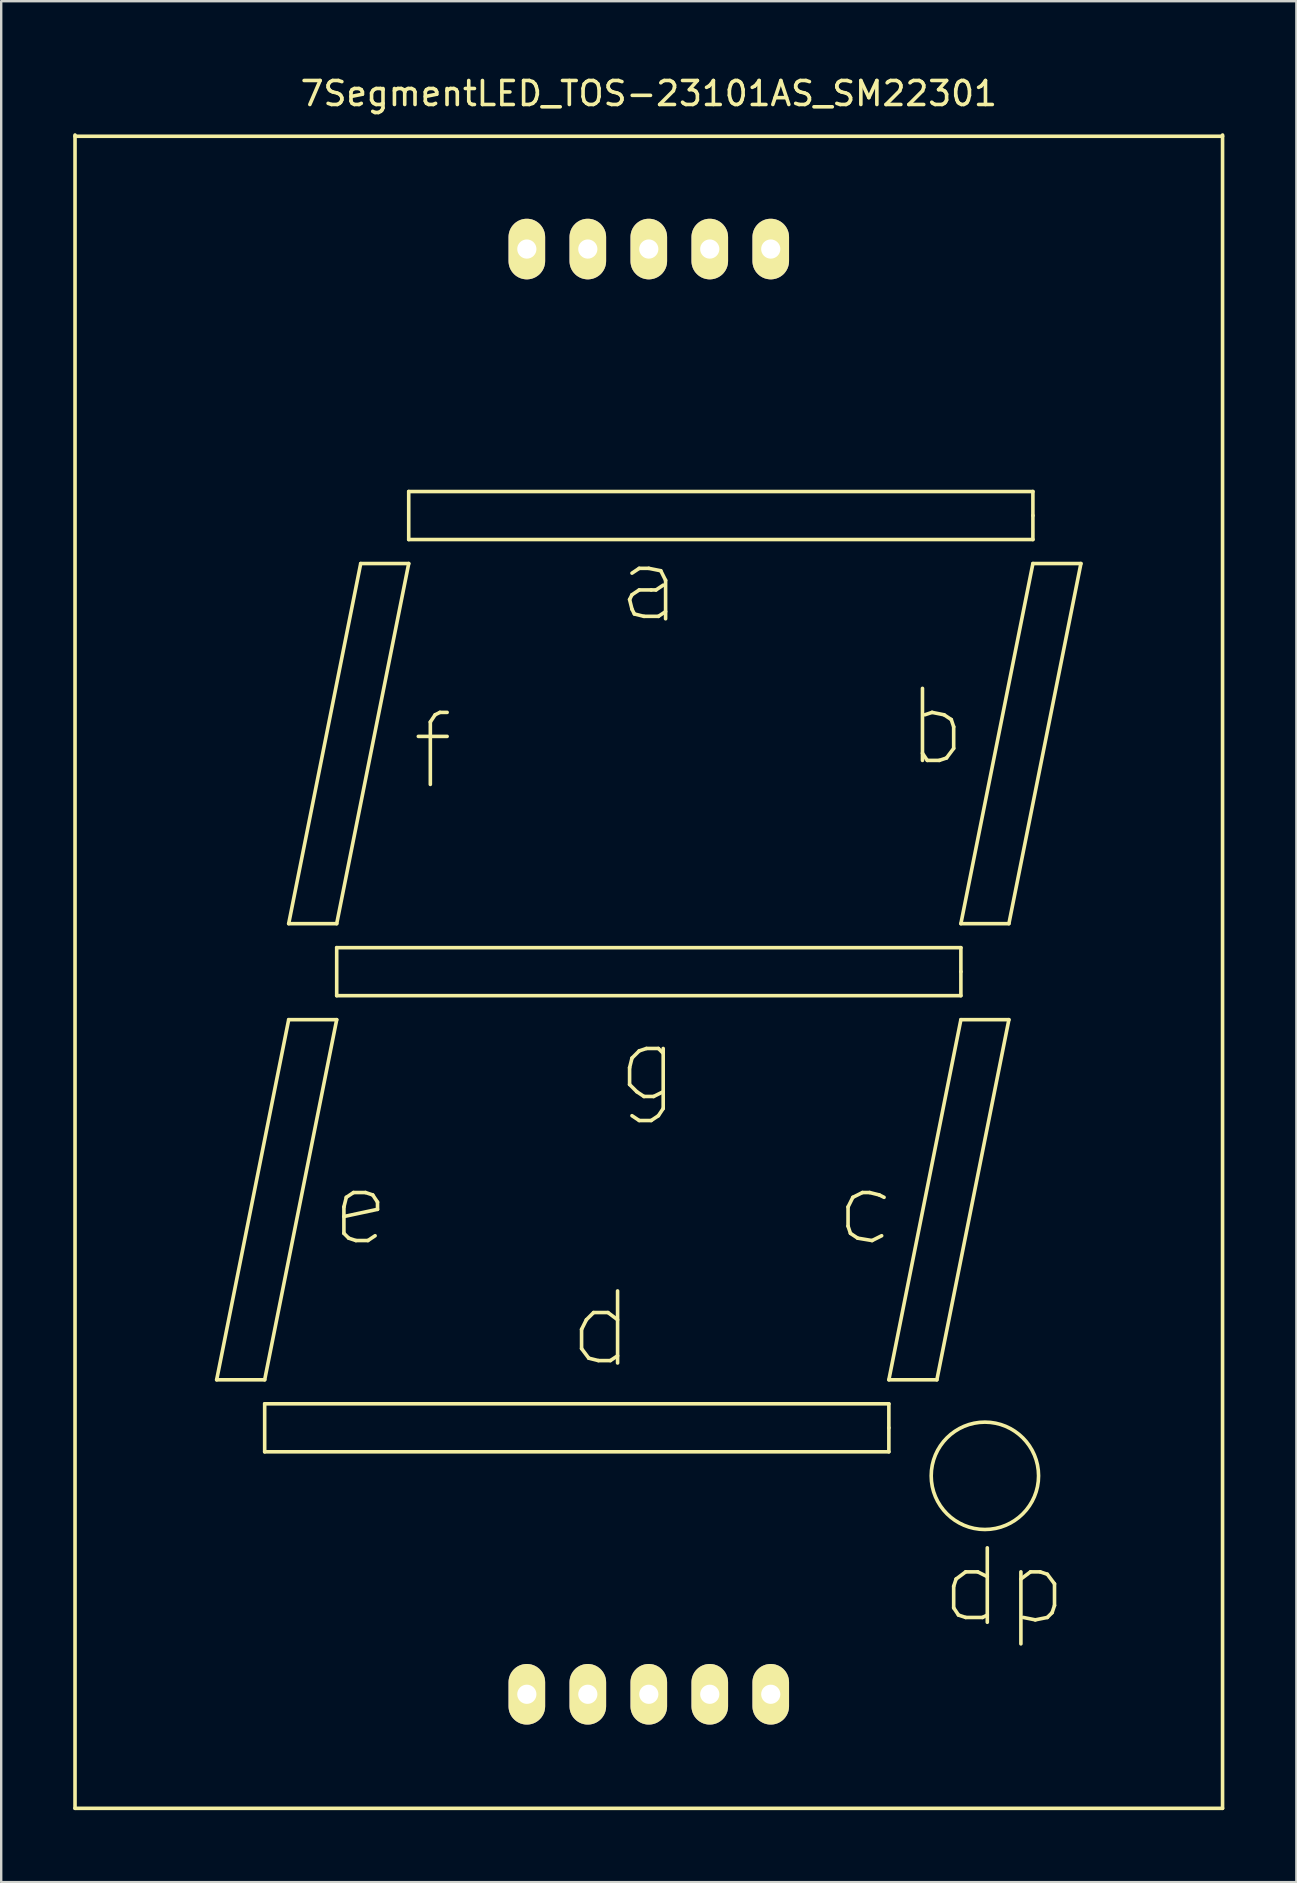
<source format=kicad_pcb>
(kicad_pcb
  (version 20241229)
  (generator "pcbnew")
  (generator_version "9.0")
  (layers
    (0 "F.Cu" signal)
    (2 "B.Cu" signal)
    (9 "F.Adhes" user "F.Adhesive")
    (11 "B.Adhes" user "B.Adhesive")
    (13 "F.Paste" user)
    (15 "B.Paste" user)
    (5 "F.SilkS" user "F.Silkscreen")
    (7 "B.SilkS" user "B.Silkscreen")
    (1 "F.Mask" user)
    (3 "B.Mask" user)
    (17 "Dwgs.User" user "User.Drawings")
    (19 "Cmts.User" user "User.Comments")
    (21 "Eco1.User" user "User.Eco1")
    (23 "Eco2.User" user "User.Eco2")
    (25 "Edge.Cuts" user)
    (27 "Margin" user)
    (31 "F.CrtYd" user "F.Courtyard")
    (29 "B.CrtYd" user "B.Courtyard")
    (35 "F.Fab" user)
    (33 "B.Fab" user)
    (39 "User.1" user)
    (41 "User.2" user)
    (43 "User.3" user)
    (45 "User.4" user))
  (footprint "7SegmentLED_TOS-23101AS_SM22301"
    (layer "F.Cu")
    (at 23.975 37.424)
    (property "Reference" "7SegmentLED_TOS-23101AS_SM22301" (at 0 -36.576 0) (layer "F.SilkS") (effects (font (size 1 1) (thickness 0.15))))
    (attr through_hole)
    (fp_line (start -23.9 -34.798) (end 23.9 -34.798) (stroke (width 0.15) (type solid)) (layer "F.SilkS"))
    (fp_line (start -23.9 34.85) (end -23.9 -34.85) (stroke (width 0.15) (type solid)) (layer "F.SilkS"))
    (fp_line (start -18 17) (end -16 17) (stroke (width 0.15) (type solid)) (layer "F.SilkS"))
    (fp_line (start -16 17) (end -13 2) (stroke (width 0.15) (type solid)) (layer "F.SilkS"))
    (fp_line (start -16 18) (end -16 20) (stroke (width 0.15) (type solid)) (layer "F.SilkS"))
    (fp_line (start -16 20) (end 10 20) (stroke (width 0.15) (type solid)) (layer "F.SilkS"))
    (fp_line (start -15 -2) (end -13 -2) (stroke (width 0.15) (type solid)) (layer "F.SilkS"))
    (fp_line (start -15 2) (end -18 17) (stroke (width 0.15) (type solid)) (layer "F.SilkS"))
    (fp_line (start -13 -2) (end -10 -17) (stroke (width 0.15) (type solid)) (layer "F.SilkS"))
    (fp_line (start -13 -1) (end -13 1) (stroke (width 0.15) (type solid)) (layer "F.SilkS"))
    (fp_line (start -13 1) (end 13 1) (stroke (width 0.15) (type solid)) (layer "F.SilkS"))
    (fp_line (start -13 2) (end -15 2) (stroke (width 0.15) (type solid)) (layer "F.SilkS"))
    (fp_line (start -12.7 9.8) (end -12.6 9.4) (stroke (width 0.15) (type solid)) (layer "F.SilkS"))
    (fp_line (start -12.7 10.9) (end -12.7 9.8) (stroke (width 0.15) (type solid)) (layer "F.SilkS"))
    (fp_line (start -12.6 9.4) (end -12.3 9.2) (stroke (width 0.15) (type solid)) (layer "F.SilkS"))
    (fp_line (start -12.5 11.1) (end -12.7 10.9) (stroke (width 0.15) (type solid)) (layer "F.SilkS"))
    (fp_line (start -12.3 9.2) (end -11.8 9.2) (stroke (width 0.15) (type solid)) (layer "F.SilkS"))
    (fp_line (start -12.2 11.2) (end -12.5 11.1) (stroke (width 0.15) (type solid)) (layer "F.SilkS"))
    (fp_line (start -12 -17) (end -15 -2) (stroke (width 0.15) (type solid)) (layer "F.SilkS"))
    (fp_line (start -11.8 9.2) (end -11.5 9.3) (stroke (width 0.15) (type solid)) (layer "F.SilkS"))
    (fp_line (start -11.7 11.2) (end -12.2 11.2) (stroke (width 0.15) (type solid)) (layer "F.SilkS"))
    (fp_line (start -11.5 9.3) (end -11.3 9.6) (stroke (width 0.15) (type solid)) (layer "F.SilkS"))
    (fp_line (start -11.4 11) (end -11.7 11.2) (stroke (width 0.15) (type solid)) (layer "F.SilkS"))
    (fp_line (start -11.3 9.6) (end -11.3 9.9) (stroke (width 0.15) (type solid)) (layer "F.SilkS"))
    (fp_line (start -11.3 9.9) (end -12.7 10.2) (stroke (width 0.15) (type solid)) (layer "F.SilkS"))
    (fp_line (start -10 -20) (end -10 -18) (stroke (width 0.15) (type solid)) (layer "F.SilkS"))
    (fp_line (start -10 -18) (end 16 -18) (stroke (width 0.15) (type solid)) (layer "F.SilkS"))
    (fp_line (start -10 -17) (end -12 -17) (stroke (width 0.15) (type solid)) (layer "F.SilkS"))
    (fp_line (start -9.6 -9.8) (end -8.4 -9.8) (stroke (width 0.15) (type solid)) (layer "F.SilkS"))
    (fp_line (start -9.1 -10.4) (end -9.1 -7.8) (stroke (width 0.15) (type solid)) (layer "F.SilkS"))
    (fp_line (start -8.9 -10.7) (end -9.1 -10.4) (stroke (width 0.15) (type solid)) (layer "F.SilkS"))
    (fp_line (start -8.7 -10.8) (end -8.9 -10.7) (stroke (width 0.15) (type solid)) (layer "F.SilkS"))
    (fp_line (start -8.4 -10.8) (end -8.7 -10.8) (stroke (width 0.15) (type solid)) (layer "F.SilkS"))
    (fp_line (start -2.8 14.9) (end -2.6 14.5) (stroke (width 0.15) (type solid)) (layer "F.SilkS"))
    (fp_line (start -2.8 15.7) (end -2.8 14.9) (stroke (width 0.15) (type solid)) (layer "F.SilkS"))
    (fp_line (start -2.6 14.5) (end -2.3 14.2) (stroke (width 0.15) (type solid)) (layer "F.SilkS"))
    (fp_line (start -2.5 16.1) (end -2.8 15.7) (stroke (width 0.15) (type solid)) (layer "F.SilkS"))
    (fp_line (start -2.3 14.2) (end -1.7 14.2) (stroke (width 0.15) (type solid)) (layer "F.SilkS"))
    (fp_line (start -2.1 16.2) (end -2.5 16.1) (stroke (width 0.15) (type solid)) (layer "F.SilkS"))
    (fp_line (start -1.7 14.2) (end -1.3 14.5) (stroke (width 0.15) (type solid)) (layer "F.SilkS"))
    (fp_line (start -1.6 16.2) (end -2.1 16.2) (stroke (width 0.15) (type solid)) (layer "F.SilkS"))
    (fp_line (start -1.3 13.3) (end -1.3 16.3) (stroke (width 0.15) (type solid)) (layer "F.SilkS"))
    (fp_line (start -1.3 16) (end -1.6 16.2) (stroke (width 0.15) (type solid)) (layer "F.SilkS"))
    (fp_line (start -0.8 -15.5) (end -0.7 -15.7) (stroke (width 0.15) (type solid)) (layer "F.SilkS"))
    (fp_line (start -0.8 4) (end -0.8 4.7) (stroke (width 0.15) (type solid)) (layer "F.SilkS"))
    (fp_line (start -0.8 4.7) (end -0.5 5) (stroke (width 0.15) (type solid)) (layer "F.SilkS"))
    (fp_line (start -0.7 -16.6) (end -0.4 -16.8) (stroke (width 0.15) (type solid)) (layer "F.SilkS"))
    (fp_line (start -0.7 -15.7) (end -0.4 -15.9) (stroke (width 0.15) (type solid)) (layer "F.SilkS"))
    (fp_line (start -0.7 -15.1) (end -0.8 -15.5) (stroke (width 0.15) (type solid)) (layer "F.SilkS"))
    (fp_line (start -0.7 3.6) (end -0.8 4) (stroke (width 0.15) (type solid)) (layer "F.SilkS"))
    (fp_line (start -0.7 6) (end -0.4 6.2) (stroke (width 0.15) (type solid)) (layer "F.SilkS"))
    (fp_line (start -0.6 -14.9) (end -0.7 -15.1) (stroke (width 0.15) (type solid)) (layer "F.SilkS"))
    (fp_line (start -0.5 5) (end -0.2 5.2) (stroke (width 0.15) (type solid)) (layer "F.SilkS"))
    (fp_line (start -0.4 -16.8) (end 0 -16.8) (stroke (width 0.15) (type solid)) (layer "F.SilkS"))
    (fp_line (start -0.4 -15.9) (end 0.1 -15.9) (stroke (width 0.15) (type solid)) (layer "F.SilkS"))
    (fp_line (start -0.4 3.3) (end -0.7 3.6) (stroke (width 0.15) (type solid)) (layer "F.SilkS"))
    (fp_line (start -0.4 6.2) (end 0.1 6.2) (stroke (width 0.15) (type solid)) (layer "F.SilkS"))
    (fp_line (start -0.2 -14.8) (end -0.6 -14.9) (stroke (width 0.15) (type solid)) (layer "F.SilkS"))
    (fp_line (start -0.2 5.2) (end 0.2 5.2) (stroke (width 0.15) (type solid)) (layer "F.SilkS"))
    (fp_line (start -0.1 3.2) (end -0.4 3.3) (stroke (width 0.15) (type solid)) (layer "F.SilkS"))
    (fp_line (start 0 -16.8) (end 0.5 -16.7) (stroke (width 0.15) (type solid)) (layer "F.SilkS"))
    (fp_line (start 0.1 -15.9) (end 0.3 -15.9) (stroke (width 0.15) (type solid)) (layer "F.SilkS"))
    (fp_line (start 0.1 6.2) (end 0.4 6) (stroke (width 0.15) (type solid)) (layer "F.SilkS"))
    (fp_line (start 0.2 5.2) (end 0.6 5) (stroke (width 0.15) (type solid)) (layer "F.SilkS"))
    (fp_line (start 0.3 -15.9) (end 0.6 -16.1) (stroke (width 0.15) (type solid)) (layer "F.SilkS"))
    (fp_line (start 0.4 -14.8) (end -0.2 -14.8) (stroke (width 0.15) (type solid)) (layer "F.SilkS"))
    (fp_line (start 0.4 3.2) (end -0.1 3.2) (stroke (width 0.15) (type solid)) (layer "F.SilkS"))
    (fp_line (start 0.4 6) (end 0.6 5.7) (stroke (width 0.15) (type solid)) (layer "F.SilkS"))
    (fp_line (start 0.5 -16.7) (end 0.7 -16.3) (stroke (width 0.15) (type solid)) (layer "F.SilkS"))
    (fp_line (start 0.6 3.4) (end 0.4 3.2) (stroke (width 0.15) (type solid)) (layer "F.SilkS"))
    (fp_line (start 0.6 5.7) (end 0.6 3.2) (stroke (width 0.15) (type solid)) (layer "F.SilkS"))
    (fp_line (start 0.7 -16.3) (end 0.7 -14.7) (stroke (width 0.15) (type solid)) (layer "F.SilkS"))
    (fp_line (start 0.7 -15) (end 0.4 -14.8) (stroke (width 0.15) (type solid)) (layer "F.SilkS"))
    (fp_line (start 8.3 9.8) (end 8.3 10.6) (stroke (width 0.15) (type solid)) (layer "F.SilkS"))
    (fp_line (start 8.3 10.6) (end 8.4 10.9) (stroke (width 0.15) (type solid)) (layer "F.SilkS"))
    (fp_line (start 8.4 10.9) (end 8.7 11.1) (stroke (width 0.15) (type solid)) (layer "F.SilkS"))
    (fp_line (start 8.5 9.4) (end 8.3 9.8) (stroke (width 0.15) (type solid)) (layer "F.SilkS"))
    (fp_line (start 8.7 11.1) (end 9.3 11.2) (stroke (width 0.15) (type solid)) (layer "F.SilkS"))
    (fp_line (start 8.9 9.2) (end 8.5 9.4) (stroke (width 0.15) (type solid)) (layer "F.SilkS"))
    (fp_line (start 9.2 9.2) (end 8.9 9.2) (stroke (width 0.15) (type solid)) (layer "F.SilkS"))
    (fp_line (start 9.3 11.2) (end 9.7 11) (stroke (width 0.15) (type solid)) (layer "F.SilkS"))
    (fp_line (start 9.6 9.3) (end 9.2 9.2) (stroke (width 0.15) (type solid)) (layer "F.SilkS"))
    (fp_line (start 9.8 9.4) (end 9.6 9.3) (stroke (width 0.15) (type solid)) (layer "F.SilkS"))
    (fp_line (start 10 17) (end 12 17) (stroke (width 0.15) (type solid)) (layer "F.SilkS"))
    (fp_line (start 10 18) (end -16 18) (stroke (width 0.15) (type solid)) (layer "F.SilkS"))
    (fp_line (start 10 19) (end 10 18) (stroke (width 0.15) (type solid)) (layer "F.SilkS"))
    (fp_line (start 10 20) (end 10 19) (stroke (width 0.15) (type solid)) (layer "F.SilkS"))
    (fp_line (start 11.4 -11.8) (end 11.4 -8.8) (stroke (width 0.15) (type solid)) (layer "F.SilkS"))
    (fp_line (start 11.4 -9.1) (end 11.6 -8.8) (stroke (width 0.15) (type solid)) (layer "F.SilkS"))
    (fp_line (start 11.6 -8.8) (end 12.1 -8.8) (stroke (width 0.15) (type solid)) (layer "F.SilkS"))
    (fp_line (start 11.8 -10.8) (end 11.5 -10.7) (stroke (width 0.15) (type solid)) (layer "F.SilkS"))
    (fp_line (start 12 17) (end 15 2) (stroke (width 0.15) (type solid)) (layer "F.SilkS"))
    (fp_line (start 12.1 -8.8) (end 12.4 -8.9) (stroke (width 0.15) (type solid)) (layer "F.SilkS"))
    (fp_line (start 12.3 -10.7) (end 11.8 -10.8) (stroke (width 0.15) (type solid)) (layer "F.SilkS"))
    (fp_line (start 12.4 -8.9) (end 12.7 -9.3) (stroke (width 0.15) (type solid)) (layer "F.SilkS"))
    (fp_line (start 12.6 -10.5) (end 12.3 -10.7) (stroke (width 0.15) (type solid)) (layer "F.SilkS"))
    (fp_line (start 12.7 -10.2) (end 12.6 -10.5) (stroke (width 0.15) (type solid)) (layer "F.SilkS"))
    (fp_line (start 12.7 -9.3) (end 12.7 -10.2) (stroke (width 0.15) (type solid)) (layer "F.SilkS"))
    (fp_line (start 12.7 25.6) (end 12.8 25.3) (stroke (width 0.15) (type solid)) (layer "F.SilkS"))
    (fp_line (start 12.7 26.5) (end 12.7 25.6) (stroke (width 0.15) (type solid)) (layer "F.SilkS"))
    (fp_line (start 12.8 25.3) (end 13.2 25) (stroke (width 0.15) (type solid)) (layer "F.SilkS"))
    (fp_line (start 12.9 26.8) (end 12.7 26.5) (stroke (width 0.15) (type solid)) (layer "F.SilkS"))
    (fp_line (start 13 -2) (end 15 -2) (stroke (width 0.15) (type solid)) (layer "F.SilkS"))
    (fp_line (start 13 -1) (end -13 -1) (stroke (width 0.15) (type solid)) (layer "F.SilkS"))
    (fp_line (start 13 0) (end 13 -1) (stroke (width 0.15) (type solid)) (layer "F.SilkS"))
    (fp_line (start 13 1) (end 13 0) (stroke (width 0.15) (type solid)) (layer "F.SilkS"))
    (fp_line (start 13 2) (end 10 17) (stroke (width 0.15) (type solid)) (layer "F.SilkS"))
    (fp_line (start 13.2 25) (end 13.7 25) (stroke (width 0.15) (type solid)) (layer "F.SilkS"))
    (fp_line (start 13.2 26.9) (end 12.9 26.8) (stroke (width 0.15) (type solid)) (layer "F.SilkS"))
    (fp_line (start 13.7 25) (end 14.1 25.2) (stroke (width 0.15) (type solid)) (layer "F.SilkS"))
    (fp_line (start 13.9 26.9) (end 13.2 26.9) (stroke (width 0.15) (type solid)) (layer "F.SilkS"))
    (fp_line (start 14.1 24) (end 14.1 27.1) (stroke (width 0.15) (type solid)) (layer "F.SilkS"))
    (fp_line (start 14.1 26.8) (end 13.9 26.9) (stroke (width 0.15) (type solid)) (layer "F.SilkS"))
    (fp_line (start 15 -2) (end 18 -17) (stroke (width 0.15) (type solid)) (layer "F.SilkS"))
    (fp_line (start 15 2) (end 13 2) (stroke (width 0.15) (type solid)) (layer "F.SilkS"))
    (fp_line (start 15.5 25) (end 15.5 28) (stroke (width 0.15) (type solid)) (layer "F.SilkS"))
    (fp_line (start 15.5 25.3) (end 15.9 25) (stroke (width 0.15) (type solid)) (layer "F.SilkS"))
    (fp_line (start 15.9 25) (end 16.3 25) (stroke (width 0.15) (type solid)) (layer "F.SilkS"))
    (fp_line (start 16 -20) (end -10 -20) (stroke (width 0.15) (type solid)) (layer "F.SilkS"))
    (fp_line (start 16 -19) (end 16 -20) (stroke (width 0.15) (type solid)) (layer "F.SilkS"))
    (fp_line (start 16 -18) (end 16 -19) (stroke (width 0.15) (type solid)) (layer "F.SilkS"))
    (fp_line (start 16 -17) (end 13 -2) (stroke (width 0.15) (type solid)) (layer "F.SilkS"))
    (fp_line (start 16.1 27) (end 15.6 26.9) (stroke (width 0.15) (type solid)) (layer "F.SilkS"))
    (fp_line (start 16.3 25) (end 16.6 25.1) (stroke (width 0.15) (type solid)) (layer "F.SilkS"))
    (fp_line (start 16.6 25.1) (end 16.9 25.5) (stroke (width 0.15) (type solid)) (layer "F.SilkS"))
    (fp_line (start 16.6 26.9) (end 16.1 27) (stroke (width 0.15) (type solid)) (layer "F.SilkS"))
    (fp_line (start 16.8 26.7) (end 16.6 26.9) (stroke (width 0.15) (type solid)) (layer "F.SilkS"))
    (fp_line (start 16.9 25.5) (end 16.9 26.4) (stroke (width 0.15) (type solid)) (layer "F.SilkS"))
    (fp_line (start 16.9 26.4) (end 16.8 26.7) (stroke (width 0.15) (type solid)) (layer "F.SilkS"))
    (fp_line (start 18 -17) (end 16 -17) (stroke (width 0.15) (type solid)) (layer "F.SilkS"))
    (fp_line (start 23.9 -34.85) (end 23.9 34.85) (stroke (width 0.15) (type solid)) (layer "F.SilkS"))
    (fp_line (start 23.9 34.85) (end -23.9 34.85) (stroke (width 0.15) (type solid)) (layer "F.SilkS"))
    (fp_circle (center 14 21) (end 16 22) (stroke (width 0.15) (type solid)) (fill no) (layer "F.SilkS"))
    (pad "1" thru_hole oval (at -5.08 30.1) (size 1.524 2.524) (drill 0.8) (layers "*.Cu" "*.Mask" "F.SilkS"))
    (pad "2" thru_hole oval (at -2.54 30.1) (size 1.524 2.524) (drill 0.8) (layers "*.Cu" "*.Mask" "F.SilkS"))
    (pad "3" thru_hole oval (at 0 30.1) (size 1.524 2.524) (drill 0.8) (layers "*.Cu" "*.Mask" "F.SilkS"))
    (pad "4" thru_hole oval (at 2.54 30.1) (size 1.524 2.524) (drill 0.8) (layers "*.Cu" "*.Mask" "F.SilkS"))
    (pad "5" thru_hole oval (at 5.08 30.1) (size 1.524 2.524) (drill 0.8) (layers "*.Cu" "*.Mask" "F.SilkS"))
    (pad "6" thru_hole oval (at 5.08 -30.1) (size 1.524 2.524) (drill 0.8) (layers "*.Cu" "*.Mask" "F.SilkS"))
    (pad "7" thru_hole oval (at 2.54 -30.1) (size 1.524 2.524) (drill 0.8) (layers "*.Cu" "*.Mask" "F.SilkS"))
    (pad "8" thru_hole oval (at 0 -30.1) (size 1.524 2.524) (drill 0.8) (layers "*.Cu" "*.Mask" "F.SilkS"))
    (pad "9" thru_hole oval (at -2.54 -30.1) (size 1.524 2.524) (drill 0.8) (layers "*.Cu" "*.Mask" "F.SilkS"))
    (pad "10" thru_hole oval (at -5.08 -30.1) (size 1.524 2.524) (drill 0.8) (layers "*.Cu" "*.Mask" "F.SilkS")))
  (gr_rect
    (start -3 -3)
    (end 50.95 75.349)
    (stroke (width 0.1) (type default))
    (fill no)
    (layer "Edge.Cuts")))
</source>
